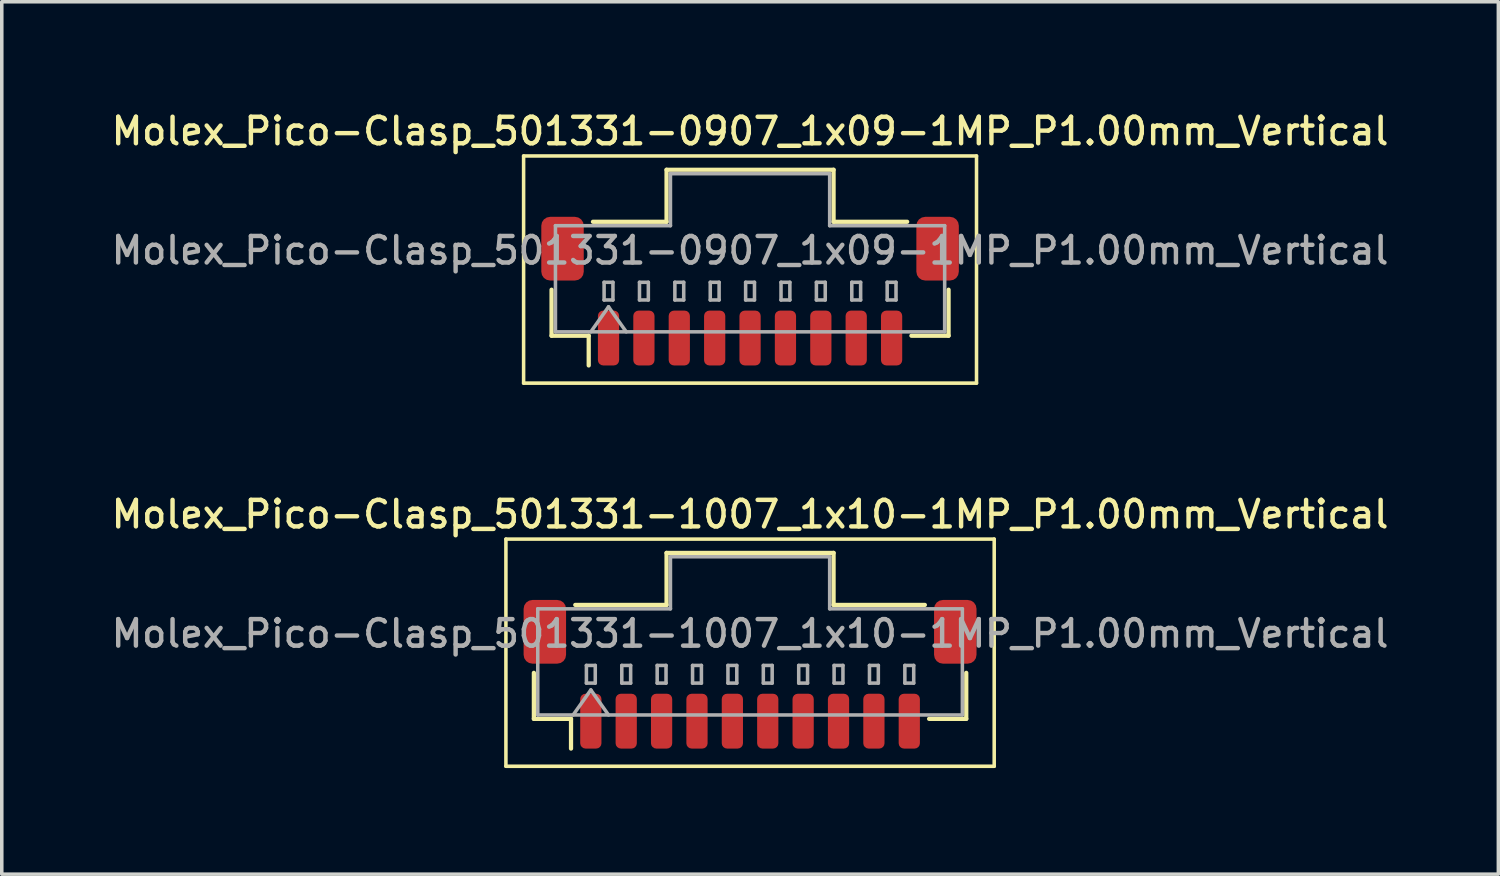
<source format=kicad_pcb>
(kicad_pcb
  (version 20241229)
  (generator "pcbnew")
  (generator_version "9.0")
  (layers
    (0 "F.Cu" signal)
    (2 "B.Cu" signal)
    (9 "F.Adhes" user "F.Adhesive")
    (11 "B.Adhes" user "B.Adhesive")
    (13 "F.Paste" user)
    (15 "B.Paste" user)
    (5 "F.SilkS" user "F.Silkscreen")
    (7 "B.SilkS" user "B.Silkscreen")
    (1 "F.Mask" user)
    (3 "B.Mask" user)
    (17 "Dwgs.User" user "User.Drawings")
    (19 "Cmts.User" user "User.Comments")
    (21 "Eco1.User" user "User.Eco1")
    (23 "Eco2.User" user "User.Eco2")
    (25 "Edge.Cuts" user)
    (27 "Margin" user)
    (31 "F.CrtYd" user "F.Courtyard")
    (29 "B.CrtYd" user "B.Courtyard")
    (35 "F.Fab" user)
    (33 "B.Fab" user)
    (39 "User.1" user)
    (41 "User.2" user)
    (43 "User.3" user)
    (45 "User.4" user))
  (footprint "Molex_Pico-Clasp_501331-0907_1x09-1MP_P1.00mm_Vertical"
    (layer "F.Cu")
    (at 18.148 5.178)
    (property "Reference" "Molex_Pico-Clasp_501331-0907_1x09-1MP_P1.00mm_Vertical" (at 0 -4.52 0) (layer "F.SilkS") (effects (font (size 0.75 0.75) (thickness 0.125))))
    (attr smd)
    (fp_line (start -6.4 -3.82) (end -6.4 2.6) (stroke (width 0.1) (type solid)) (layer "F.SilkS"))
    (fp_line (start -6.4 2.6) (end 6.4 2.6) (stroke (width 0.1) (type solid)) (layer "F.SilkS"))
    (fp_line (start -5.61 -0.04) (end -5.61 1.26) (stroke (width 0.12) (type solid)) (layer "F.SilkS"))
    (fp_line (start -5.61 1.26) (end -4.56 1.26) (stroke (width 0.12) (type solid)) (layer "F.SilkS"))
    (fp_line (start -4.56 1.26) (end -4.56 2.1) (stroke (width 0.12) (type solid)) (layer "F.SilkS"))
    (fp_line (start -4.44 -1.96) (end -2.36 -1.96) (stroke (width 0.12) (type solid)) (layer "F.SilkS"))
    (fp_line (start -2.36 -3.43) (end 2.36 -3.43) (stroke (width 0.12) (type solid)) (layer "F.SilkS"))
    (fp_line (start -2.36 -1.96) (end -2.36 -3.43) (stroke (width 0.12) (type solid)) (layer "F.SilkS"))
    (fp_line (start 2.36 -3.43) (end 2.36 -1.96) (stroke (width 0.12) (type solid)) (layer "F.SilkS"))
    (fp_line (start 2.36 -1.96) (end 4.44 -1.96) (stroke (width 0.12) (type solid)) (layer "F.SilkS"))
    (fp_line (start 5.61 -0.04) (end 5.61 1.26) (stroke (width 0.12) (type solid)) (layer "F.SilkS"))
    (fp_line (start 5.61 1.26) (end 4.56 1.26) (stroke (width 0.12) (type solid)) (layer "F.SilkS"))
    (fp_line (start 6.4 -3.82) (end -6.4 -3.82) (stroke (width 0.1) (type solid)) (layer "F.SilkS"))
    (fp_line (start 6.4 2.6) (end 6.4 -3.82) (stroke (width 0.1) (type solid)) (layer "F.SilkS"))
    (fp_line (start -5.5 -1.85) (end -2.25 -1.85) (stroke (width 0.1) (type solid)) (layer "F.Fab"))
    (fp_line (start -5.5 1.15) (end -5.5 -1.85) (stroke (width 0.1) (type solid)) (layer "F.Fab"))
    (fp_line (start -5.5 1.15) (end 5.5 1.15) (stroke (width 0.1) (type solid)) (layer "F.Fab"))
    (fp_line (start -4.5 1.15) (end -4 0.443) (stroke (width 0.1) (type solid)) (layer "F.Fab"))
    (fp_line (start -4.125 -0.25) (end -4.125 0.25) (stroke (width 0.1) (type solid)) (layer "F.Fab"))
    (fp_line (start -4.125 0.25) (end -3.875 0.25) (stroke (width 0.1) (type solid)) (layer "F.Fab"))
    (fp_line (start -4 0.443) (end -3.5 1.15) (stroke (width 0.1) (type solid)) (layer "F.Fab"))
    (fp_line (start -3.875 -0.25) (end -4.125 -0.25) (stroke (width 0.1) (type solid)) (layer "F.Fab"))
    (fp_line (start -3.875 0.25) (end -3.875 -0.25) (stroke (width 0.1) (type solid)) (layer "F.Fab"))
    (fp_line (start -3.125 -0.25) (end -3.125 0.25) (stroke (width 0.1) (type solid)) (layer "F.Fab"))
    (fp_line (start -3.125 0.25) (end -2.875 0.25) (stroke (width 0.1) (type solid)) (layer "F.Fab"))
    (fp_line (start -2.875 -0.25) (end -3.125 -0.25) (stroke (width 0.1) (type solid)) (layer "F.Fab"))
    (fp_line (start -2.875 0.25) (end -2.875 -0.25) (stroke (width 0.1) (type solid)) (layer "F.Fab"))
    (fp_line (start -2.25 -3.32) (end 2.25 -3.32) (stroke (width 0.1) (type solid)) (layer "F.Fab"))
    (fp_line (start -2.25 -1.85) (end -2.25 -3.32) (stroke (width 0.1) (type solid)) (layer "F.Fab"))
    (fp_line (start -2.125 -0.25) (end -2.125 0.25) (stroke (width 0.1) (type solid)) (layer "F.Fab"))
    (fp_line (start -2.125 0.25) (end -1.875 0.25) (stroke (width 0.1) (type solid)) (layer "F.Fab"))
    (fp_line (start -1.875 -0.25) (end -2.125 -0.25) (stroke (width 0.1) (type solid)) (layer "F.Fab"))
    (fp_line (start -1.875 0.25) (end -1.875 -0.25) (stroke (width 0.1) (type solid)) (layer "F.Fab"))
    (fp_line (start -1.125 -0.25) (end -1.125 0.25) (stroke (width 0.1) (type solid)) (layer "F.Fab"))
    (fp_line (start -1.125 0.25) (end -0.875 0.25) (stroke (width 0.1) (type solid)) (layer "F.Fab"))
    (fp_line (start -0.875 -0.25) (end -1.125 -0.25) (stroke (width 0.1) (type solid)) (layer "F.Fab"))
    (fp_line (start -0.875 0.25) (end -0.875 -0.25) (stroke (width 0.1) (type solid)) (layer "F.Fab"))
    (fp_line (start -0.125 -0.25) (end -0.125 0.25) (stroke (width 0.1) (type solid)) (layer "F.Fab"))
    (fp_line (start -0.125 0.25) (end 0.125 0.25) (stroke (width 0.1) (type solid)) (layer "F.Fab"))
    (fp_line (start 0.125 -0.25) (end -0.125 -0.25) (stroke (width 0.1) (type solid)) (layer "F.Fab"))
    (fp_line (start 0.125 0.25) (end 0.125 -0.25) (stroke (width 0.1) (type solid)) (layer "F.Fab"))
    (fp_line (start 0.875 -0.25) (end 0.875 0.25) (stroke (width 0.1) (type solid)) (layer "F.Fab"))
    (fp_line (start 0.875 0.25) (end 1.125 0.25) (stroke (width 0.1) (type solid)) (layer "F.Fab"))
    (fp_line (start 1.125 -0.25) (end 0.875 -0.25) (stroke (width 0.1) (type solid)) (layer "F.Fab"))
    (fp_line (start 1.125 0.25) (end 1.125 -0.25) (stroke (width 0.1) (type solid)) (layer "F.Fab"))
    (fp_line (start 1.875 -0.25) (end 1.875 0.25) (stroke (width 0.1) (type solid)) (layer "F.Fab"))
    (fp_line (start 1.875 0.25) (end 2.125 0.25) (stroke (width 0.1) (type solid)) (layer "F.Fab"))
    (fp_line (start 2.125 -0.25) (end 1.875 -0.25) (stroke (width 0.1) (type solid)) (layer "F.Fab"))
    (fp_line (start 2.125 0.25) (end 2.125 -0.25) (stroke (width 0.1) (type solid)) (layer "F.Fab"))
    (fp_line (start 2.25 -3.32) (end 2.25 -1.85) (stroke (width 0.1) (type solid)) (layer "F.Fab"))
    (fp_line (start 2.25 -1.85) (end 5.5 -1.85) (stroke (width 0.1) (type solid)) (layer "F.Fab"))
    (fp_line (start 2.875 -0.25) (end 2.875 0.25) (stroke (width 0.1) (type solid)) (layer "F.Fab"))
    (fp_line (start 2.875 0.25) (end 3.125 0.25) (stroke (width 0.1) (type solid)) (layer "F.Fab"))
    (fp_line (start 3.125 -0.25) (end 2.875 -0.25) (stroke (width 0.1) (type solid)) (layer "F.Fab"))
    (fp_line (start 3.125 0.25) (end 3.125 -0.25) (stroke (width 0.1) (type solid)) (layer "F.Fab"))
    (fp_line (start 3.875 -0.25) (end 3.875 0.25) (stroke (width 0.1) (type solid)) (layer "F.Fab"))
    (fp_line (start 3.875 0.25) (end 4.125 0.25) (stroke (width 0.1) (type solid)) (layer "F.Fab"))
    (fp_line (start 4.125 -0.25) (end 3.875 -0.25) (stroke (width 0.1) (type solid)) (layer "F.Fab"))
    (fp_line (start 4.125 0.25) (end 4.125 -0.25) (stroke (width 0.1) (type solid)) (layer "F.Fab"))
    (fp_line (start 5.5 1.15) (end 5.5 -1.85) (stroke (width 0.1) (type solid)) (layer "F.Fab"))
    (fp_text user "${REFERENCE}" (at 0 -1.15 0) (layer "F.Fab") (effects (font (size 0.75 0.75) (thickness 0.125))))
    (pad "1" smd roundrect (at -4 1.325) (size 0.6 1.55) (layers "F.Cu" "F.Mask" "F.Paste") (roundrect_rratio 0.25))
    (pad "2" smd roundrect (at -3 1.325) (size 0.6 1.55) (layers "F.Cu" "F.Mask" "F.Paste") (roundrect_rratio 0.25))
    (pad "3" smd roundrect (at -2 1.325) (size 0.6 1.55) (layers "F.Cu" "F.Mask" "F.Paste") (roundrect_rratio 0.25))
    (pad "4" smd roundrect (at -1 1.325) (size 0.6 1.55) (layers "F.Cu" "F.Mask" "F.Paste") (roundrect_rratio 0.25))
    (pad "5" smd roundrect (at 0 1.325) (size 0.6 1.55) (layers "F.Cu" "F.Mask" "F.Paste") (roundrect_rratio 0.25))
    (pad "6" smd roundrect (at 1 1.325) (size 0.6 1.55) (layers "F.Cu" "F.Mask" "F.Paste") (roundrect_rratio 0.25))
    (pad "7" smd roundrect (at 2 1.325) (size 0.6 1.55) (layers "F.Cu" "F.Mask" "F.Paste") (roundrect_rratio 0.25))
    (pad "8" smd roundrect (at 3 1.325) (size 0.6 1.55) (layers "F.Cu" "F.Mask" "F.Paste") (roundrect_rratio 0.25))
    (pad "9" smd roundrect (at 4 1.325) (size 0.6 1.55) (layers "F.Cu" "F.Mask" "F.Paste") (roundrect_rratio 0.25))
    (pad "MP" smd roundrect (at -5.3 -1.2) (size 1.2 1.8) (layers "F.Cu" "F.Mask" "F.Paste") (roundrect_rratio 0.208))
    (pad "MP" smd roundrect (at 5.3 -1.2) (size 1.2 1.8) (layers "F.Cu" "F.Mask" "F.Paste") (roundrect_rratio 0.208)))
  (footprint "Molex_Pico-Clasp_501331-1007_1x10-1MP_P1.00mm_Vertical"
    (layer "F.Cu")
    (at 18.148 16.006)
    (property "Reference" "Molex_Pico-Clasp_501331-1007_1x10-1MP_P1.00mm_Vertical" (at 0 -4.52 0) (layer "F.SilkS") (effects (font (size 0.75 0.75) (thickness 0.125))))
    (attr smd)
    (fp_line (start -6.9 -3.82) (end -6.9 2.6) (stroke (width 0.1) (type solid)) (layer "F.SilkS"))
    (fp_line (start -6.9 2.6) (end 6.9 2.6) (stroke (width 0.1) (type solid)) (layer "F.SilkS"))
    (fp_line (start -6.11 -0.04) (end -6.11 1.26) (stroke (width 0.12) (type solid)) (layer "F.SilkS"))
    (fp_line (start -6.11 1.26) (end -5.06 1.26) (stroke (width 0.12) (type solid)) (layer "F.SilkS"))
    (fp_line (start -5.06 1.26) (end -5.06 2.1) (stroke (width 0.12) (type solid)) (layer "F.SilkS"))
    (fp_line (start -4.94 -1.96) (end -2.36 -1.96) (stroke (width 0.12) (type solid)) (layer "F.SilkS"))
    (fp_line (start -2.36 -3.43) (end 2.36 -3.43) (stroke (width 0.12) (type solid)) (layer "F.SilkS"))
    (fp_line (start -2.36 -1.96) (end -2.36 -3.43) (stroke (width 0.12) (type solid)) (layer "F.SilkS"))
    (fp_line (start 2.36 -3.43) (end 2.36 -1.96) (stroke (width 0.12) (type solid)) (layer "F.SilkS"))
    (fp_line (start 2.36 -1.96) (end 4.94 -1.96) (stroke (width 0.12) (type solid)) (layer "F.SilkS"))
    (fp_line (start 6.11 -0.04) (end 6.11 1.26) (stroke (width 0.12) (type solid)) (layer "F.SilkS"))
    (fp_line (start 6.11 1.26) (end 5.06 1.26) (stroke (width 0.12) (type solid)) (layer "F.SilkS"))
    (fp_line (start 6.9 -3.82) (end -6.9 -3.82) (stroke (width 0.1) (type solid)) (layer "F.SilkS"))
    (fp_line (start 6.9 2.6) (end 6.9 -3.82) (stroke (width 0.1) (type solid)) (layer "F.SilkS"))
    (fp_line (start -6 -1.85) (end -2.25 -1.85) (stroke (width 0.1) (type solid)) (layer "F.Fab"))
    (fp_line (start -6 1.15) (end -6 -1.85) (stroke (width 0.1) (type solid)) (layer "F.Fab"))
    (fp_line (start -6 1.15) (end 6 1.15) (stroke (width 0.1) (type solid)) (layer "F.Fab"))
    (fp_line (start -5 1.15) (end -4.5 0.443) (stroke (width 0.1) (type solid)) (layer "F.Fab"))
    (fp_line (start -4.625 -0.25) (end -4.625 0.25) (stroke (width 0.1) (type solid)) (layer "F.Fab"))
    (fp_line (start -4.625 0.25) (end -4.375 0.25) (stroke (width 0.1) (type solid)) (layer "F.Fab"))
    (fp_line (start -4.5 0.443) (end -4 1.15) (stroke (width 0.1) (type solid)) (layer "F.Fab"))
    (fp_line (start -4.375 -0.25) (end -4.625 -0.25) (stroke (width 0.1) (type solid)) (layer "F.Fab"))
    (fp_line (start -4.375 0.25) (end -4.375 -0.25) (stroke (width 0.1) (type solid)) (layer "F.Fab"))
    (fp_line (start -3.625 -0.25) (end -3.625 0.25) (stroke (width 0.1) (type solid)) (layer "F.Fab"))
    (fp_line (start -3.625 0.25) (end -3.375 0.25) (stroke (width 0.1) (type solid)) (layer "F.Fab"))
    (fp_line (start -3.375 -0.25) (end -3.625 -0.25) (stroke (width 0.1) (type solid)) (layer "F.Fab"))
    (fp_line (start -3.375 0.25) (end -3.375 -0.25) (stroke (width 0.1) (type solid)) (layer "F.Fab"))
    (fp_line (start -2.625 -0.25) (end -2.625 0.25) (stroke (width 0.1) (type solid)) (layer "F.Fab"))
    (fp_line (start -2.625 0.25) (end -2.375 0.25) (stroke (width 0.1) (type solid)) (layer "F.Fab"))
    (fp_line (start -2.375 -0.25) (end -2.625 -0.25) (stroke (width 0.1) (type solid)) (layer "F.Fab"))
    (fp_line (start -2.375 0.25) (end -2.375 -0.25) (stroke (width 0.1) (type solid)) (layer "F.Fab"))
    (fp_line (start -2.25 -3.32) (end 2.25 -3.32) (stroke (width 0.1) (type solid)) (layer "F.Fab"))
    (fp_line (start -2.25 -1.85) (end -2.25 -3.32) (stroke (width 0.1) (type solid)) (layer "F.Fab"))
    (fp_line (start -1.625 -0.25) (end -1.625 0.25) (stroke (width 0.1) (type solid)) (layer "F.Fab"))
    (fp_line (start -1.625 0.25) (end -1.375 0.25) (stroke (width 0.1) (type solid)) (layer "F.Fab"))
    (fp_line (start -1.375 -0.25) (end -1.625 -0.25) (stroke (width 0.1) (type solid)) (layer "F.Fab"))
    (fp_line (start -1.375 0.25) (end -1.375 -0.25) (stroke (width 0.1) (type solid)) (layer "F.Fab"))
    (fp_line (start -0.625 -0.25) (end -0.625 0.25) (stroke (width 0.1) (type solid)) (layer "F.Fab"))
    (fp_line (start -0.625 0.25) (end -0.375 0.25) (stroke (width 0.1) (type solid)) (layer "F.Fab"))
    (fp_line (start -0.375 -0.25) (end -0.625 -0.25) (stroke (width 0.1) (type solid)) (layer "F.Fab"))
    (fp_line (start -0.375 0.25) (end -0.375 -0.25) (stroke (width 0.1) (type solid)) (layer "F.Fab"))
    (fp_line (start 0.375 -0.25) (end 0.375 0.25) (stroke (width 0.1) (type solid)) (layer "F.Fab"))
    (fp_line (start 0.375 0.25) (end 0.625 0.25) (stroke (width 0.1) (type solid)) (layer "F.Fab"))
    (fp_line (start 0.625 -0.25) (end 0.375 -0.25) (stroke (width 0.1) (type solid)) (layer "F.Fab"))
    (fp_line (start 0.625 0.25) (end 0.625 -0.25) (stroke (width 0.1) (type solid)) (layer "F.Fab"))
    (fp_line (start 1.375 -0.25) (end 1.375 0.25) (stroke (width 0.1) (type solid)) (layer "F.Fab"))
    (fp_line (start 1.375 0.25) (end 1.625 0.25) (stroke (width 0.1) (type solid)) (layer "F.Fab"))
    (fp_line (start 1.625 -0.25) (end 1.375 -0.25) (stroke (width 0.1) (type solid)) (layer "F.Fab"))
    (fp_line (start 1.625 0.25) (end 1.625 -0.25) (stroke (width 0.1) (type solid)) (layer "F.Fab"))
    (fp_line (start 2.25 -3.32) (end 2.25 -1.85) (stroke (width 0.1) (type solid)) (layer "F.Fab"))
    (fp_line (start 2.25 -1.85) (end 6 -1.85) (stroke (width 0.1) (type solid)) (layer "F.Fab"))
    (fp_line (start 2.375 -0.25) (end 2.375 0.25) (stroke (width 0.1) (type solid)) (layer "F.Fab"))
    (fp_line (start 2.375 0.25) (end 2.625 0.25) (stroke (width 0.1) (type solid)) (layer "F.Fab"))
    (fp_line (start 2.625 -0.25) (end 2.375 -0.25) (stroke (width 0.1) (type solid)) (layer "F.Fab"))
    (fp_line (start 2.625 0.25) (end 2.625 -0.25) (stroke (width 0.1) (type solid)) (layer "F.Fab"))
    (fp_line (start 3.375 -0.25) (end 3.375 0.25) (stroke (width 0.1) (type solid)) (layer "F.Fab"))
    (fp_line (start 3.375 0.25) (end 3.625 0.25) (stroke (width 0.1) (type solid)) (layer "F.Fab"))
    (fp_line (start 3.625 -0.25) (end 3.375 -0.25) (stroke (width 0.1) (type solid)) (layer "F.Fab"))
    (fp_line (start 3.625 0.25) (end 3.625 -0.25) (stroke (width 0.1) (type solid)) (layer "F.Fab"))
    (fp_line (start 4.375 -0.25) (end 4.375 0.25) (stroke (width 0.1) (type solid)) (layer "F.Fab"))
    (fp_line (start 4.375 0.25) (end 4.625 0.25) (stroke (width 0.1) (type solid)) (layer "F.Fab"))
    (fp_line (start 4.625 -0.25) (end 4.375 -0.25) (stroke (width 0.1) (type solid)) (layer "F.Fab"))
    (fp_line (start 4.625 0.25) (end 4.625 -0.25) (stroke (width 0.1) (type solid)) (layer "F.Fab"))
    (fp_line (start 6 1.15) (end 6 -1.85) (stroke (width 0.1) (type solid)) (layer "F.Fab"))
    (fp_text user "${REFERENCE}" (at 0 -1.15 0) (layer "F.Fab") (effects (font (size 0.75 0.75) (thickness 0.125))))
    (pad "1" smd roundrect (at -4.5 1.325) (size 0.6 1.55) (layers "F.Cu" "F.Mask" "F.Paste") (roundrect_rratio 0.25))
    (pad "2" smd roundrect (at -3.5 1.325) (size 0.6 1.55) (layers "F.Cu" "F.Mask" "F.Paste") (roundrect_rratio 0.25))
    (pad "3" smd roundrect (at -2.5 1.325) (size 0.6 1.55) (layers "F.Cu" "F.Mask" "F.Paste") (roundrect_rratio 0.25))
    (pad "4" smd roundrect (at -1.5 1.325) (size 0.6 1.55) (layers "F.Cu" "F.Mask" "F.Paste") (roundrect_rratio 0.25))
    (pad "5" smd roundrect (at -0.5 1.325) (size 0.6 1.55) (layers "F.Cu" "F.Mask" "F.Paste") (roundrect_rratio 0.25))
    (pad "6" smd roundrect (at 0.5 1.325) (size 0.6 1.55) (layers "F.Cu" "F.Mask" "F.Paste") (roundrect_rratio 0.25))
    (pad "7" smd roundrect (at 1.5 1.325) (size 0.6 1.55) (layers "F.Cu" "F.Mask" "F.Paste") (roundrect_rratio 0.25))
    (pad "8" smd roundrect (at 2.5 1.325) (size 0.6 1.55) (layers "F.Cu" "F.Mask" "F.Paste") (roundrect_rratio 0.25))
    (pad "9" smd roundrect (at 3.5 1.325) (size 0.6 1.55) (layers "F.Cu" "F.Mask" "F.Paste") (roundrect_rratio 0.25))
    (pad "10" smd roundrect (at 4.5 1.325) (size 0.6 1.55) (layers "F.Cu" "F.Mask" "F.Paste") (roundrect_rratio 0.25))
    (pad "MP" smd roundrect (at -5.8 -1.2) (size 1.2 1.8) (layers "F.Cu" "F.Mask" "F.Paste") (roundrect_rratio 0.208))
    (pad "MP" smd roundrect (at 5.8 -1.2) (size 1.2 1.8) (layers "F.Cu" "F.Mask" "F.Paste") (roundrect_rratio 0.208)))
  (gr_rect
    (start -3 -3)
    (end 39.296 21.656)
    (stroke (width 0.1) (type default))
    (fill no)
    (layer "Edge.Cuts")))
</source>
